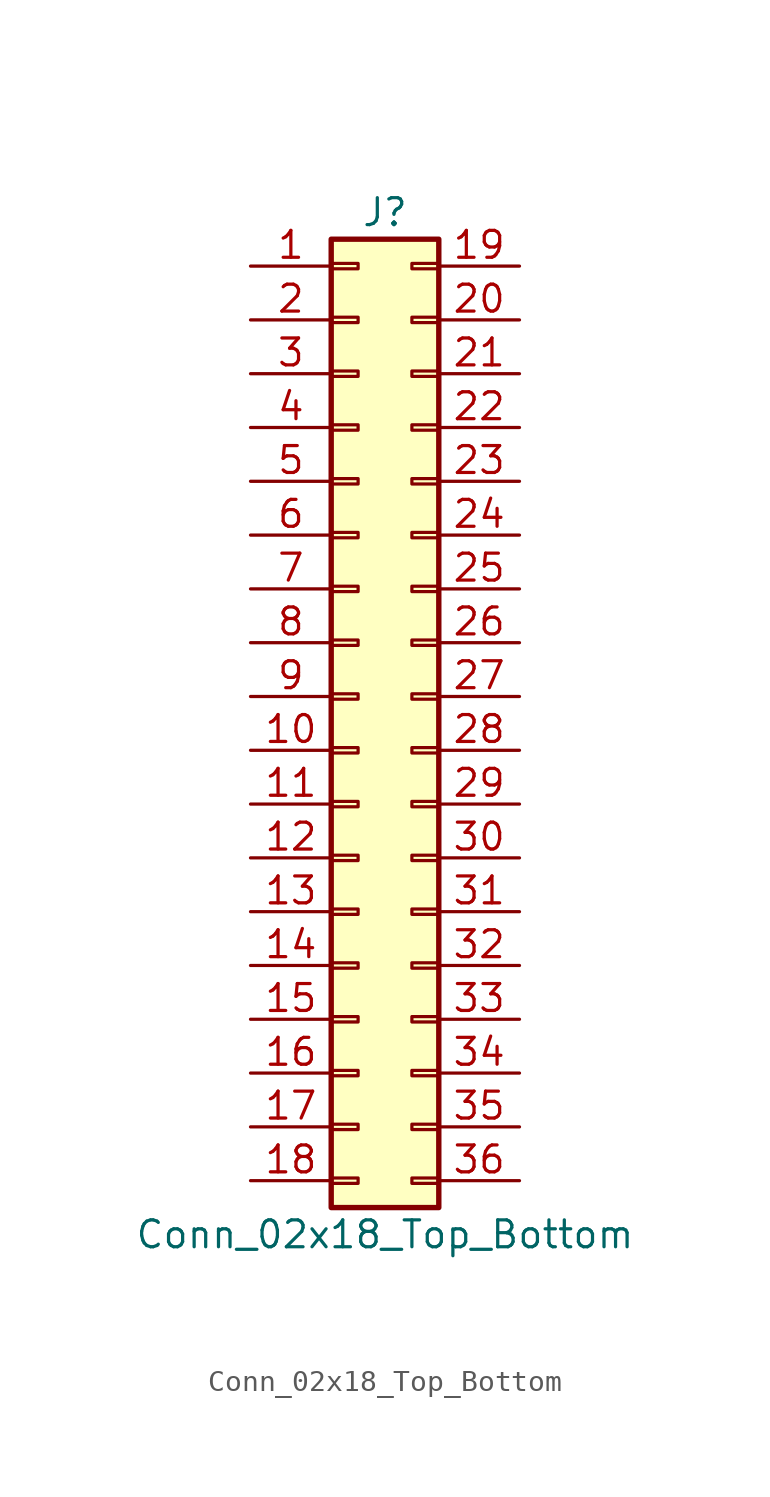
<source format=kicad_sym>
(kicad_symbol_lib
  (version 20220914)
  (generator kicad_symbol_editor)
  (symbol "Conn_02x18_Top_Bottom"
    (pin_names
      (offset 1.016) hide)
    (property "Reference" "J"
      (at 1.27 22.86 0)
      (effects (font (size 1.27 1.27))))
    (property "Value" "Conn_02x18_Top_Bottom"
      (at 1.27 -25.4 0)
      (effects (font (size 1.27 1.27))))
    (symbol "Conn_02x18_Top_Bottom_1_1"
      (rectangle (start -1.27 -22.733) (end 0 -22.987) (stroke (width 0.152) (type solid)) (fill (type none)))
      (rectangle (start -1.27 -20.193) (end 0 -20.447) (stroke (width 0.152) (type solid)) (fill (type none)))
      (rectangle (start -1.27 -17.653) (end 0 -17.907) (stroke (width 0.152) (type solid)) (fill (type none)))
      (rectangle (start -1.27 -15.113) (end 0 -15.367) (stroke (width 0.152) (type solid)) (fill (type none)))
      (rectangle (start -1.27 -12.573) (end 0 -12.827) (stroke (width 0.152) (type solid)) (fill (type none)))
      (rectangle (start -1.27 -10.033) (end 0 -10.287) (stroke (width 0.152) (type solid)) (fill (type none)))
      (rectangle (start -1.27 -7.493) (end 0 -7.747) (stroke (width 0.152) (type solid)) (fill (type none)))
      (rectangle (start -1.27 -4.953) (end 0 -5.207) (stroke (width 0.152) (type solid)) (fill (type none)))
      (rectangle (start -1.27 -2.413) (end 0 -2.667) (stroke (width 0.152) (type solid)) (fill (type none)))
      (rectangle (start -1.27 0.127) (end 0 -0.127) (stroke (width 0.152) (type solid)) (fill (type none)))
      (rectangle (start -1.27 2.667) (end 0 2.413) (stroke (width 0.152) (type solid)) (fill (type none)))
      (rectangle (start -1.27 5.207) (end 0 4.953) (stroke (width 0.152) (type solid)) (fill (type none)))
      (rectangle (start -1.27 7.747) (end 0 7.493) (stroke (width 0.152) (type solid)) (fill (type none)))
      (rectangle (start -1.27 10.287) (end 0 10.033) (stroke (width 0.152) (type solid)) (fill (type none)))
      (rectangle (start -1.27 12.827) (end 0 12.573) (stroke (width 0.152) (type solid)) (fill (type none)))
      (rectangle (start -1.27 15.367) (end 0 15.113) (stroke (width 0.152) (type solid)) (fill (type none)))
      (rectangle (start -1.27 17.907) (end 0 17.653) (stroke (width 0.152) (type solid)) (fill (type none)))
      (rectangle (start -1.27 20.447) (end 0 20.193) (stroke (width 0.152) (type solid)) (fill (type none)))
      (rectangle (start -1.27 21.59) (end 3.81 -24.13) (stroke (width 0.254) (type solid)) (fill (type background)))
      (rectangle (start 3.81 -22.733) (end 2.54 -22.987) (stroke (width 0.152) (type solid)) (fill (type none)))
      (rectangle (start 3.81 -20.193) (end 2.54 -20.447) (stroke (width 0.152) (type solid)) (fill (type none)))
      (rectangle (start 3.81 -17.653) (end 2.54 -17.907) (stroke (width 0.152) (type solid)) (fill (type none)))
      (rectangle (start 3.81 -15.113) (end 2.54 -15.367) (stroke (width 0.152) (type solid)) (fill (type none)))
      (rectangle (start 3.81 -12.573) (end 2.54 -12.827) (stroke (width 0.152) (type solid)) (fill (type none)))
      (rectangle (start 3.81 -10.033) (end 2.54 -10.287) (stroke (width 0.152) (type solid)) (fill (type none)))
      (rectangle (start 3.81 -7.493) (end 2.54 -7.747) (stroke (width 0.152) (type solid)) (fill (type none)))
      (rectangle (start 3.81 -4.953) (end 2.54 -5.207) (stroke (width 0.152) (type solid)) (fill (type none)))
      (rectangle (start 3.81 -2.413) (end 2.54 -2.667) (stroke (width 0.152) (type solid)) (fill (type none)))
      (rectangle (start 3.81 0.127) (end 2.54 -0.127) (stroke (width 0.152) (type solid)) (fill (type none)))
      (rectangle (start 3.81 2.667) (end 2.54 2.413) (stroke (width 0.152) (type solid)) (fill (type none)))
      (rectangle (start 3.81 5.207) (end 2.54 4.953) (stroke (width 0.152) (type solid)) (fill (type none)))
      (rectangle (start 3.81 7.747) (end 2.54 7.493) (stroke (width 0.152) (type solid)) (fill (type none)))
      (rectangle (start 3.81 10.287) (end 2.54 10.033) (stroke (width 0.152) (type solid)) (fill (type none)))
      (rectangle (start 3.81 12.827) (end 2.54 12.573) (stroke (width 0.152) (type solid)) (fill (type none)))
      (rectangle (start 3.81 15.367) (end 2.54 15.113) (stroke (width 0.152) (type solid)) (fill (type none)))
      (rectangle (start 3.81 17.907) (end 2.54 17.653) (stroke (width 0.152) (type solid)) (fill (type none)))
      (rectangle (start 3.81 20.447) (end 2.54 20.193) (stroke (width 0.152) (type solid)) (fill (type none)))
      (pin passive line (at -5.08 20.32 0) (length 3.81) (name "Pin_1" (effects (font (size 1.27 1.27)))) (number "1" (effects (font (size 1.27 1.27)))))
      (pin passive line (at -5.08 -2.54 0) (length 3.81) (name "Pin_10" (effects (font (size 1.27 1.27)))) (number "10" (effects (font (size 1.27 1.27)))))
      (pin passive line (at -5.08 -5.08 0) (length 3.81) (name "Pin_11" (effects (font (size 1.27 1.27)))) (number "11" (effects (font (size 1.27 1.27)))))
      (pin passive line (at -5.08 -7.62 0) (length 3.81) (name "Pin_12" (effects (font (size 1.27 1.27)))) (number "12" (effects (font (size 1.27 1.27)))))
      (pin passive line (at -5.08 -10.16 0) (length 3.81) (name "Pin_13" (effects (font (size 1.27 1.27)))) (number "13" (effects (font (size 1.27 1.27)))))
      (pin passive line (at -5.08 -12.7 0) (length 3.81) (name "Pin_14" (effects (font (size 1.27 1.27)))) (number "14" (effects (font (size 1.27 1.27)))))
      (pin passive line (at -5.08 -15.24 0) (length 3.81) (name "Pin_15" (effects (font (size 1.27 1.27)))) (number "15" (effects (font (size 1.27 1.27)))))
      (pin passive line (at -5.08 -17.78 0) (length 3.81) (name "Pin_16" (effects (font (size 1.27 1.27)))) (number "16" (effects (font (size 1.27 1.27)))))
      (pin passive line (at -5.08 -20.32 0) (length 3.81) (name "Pin_17" (effects (font (size 1.27 1.27)))) (number "17" (effects (font (size 1.27 1.27)))))
      (pin passive line (at -5.08 -22.86 0) (length 3.81) (name "Pin_18" (effects (font (size 1.27 1.27)))) (number "18" (effects (font (size 1.27 1.27)))))
      (pin passive line (at 7.62 20.32 180) (length 3.81) (name "Pin_19" (effects (font (size 1.27 1.27)))) (number "19" (effects (font (size 1.27 1.27)))))
      (pin passive line (at -5.08 17.78 0) (length 3.81) (name "Pin_2" (effects (font (size 1.27 1.27)))) (number "2" (effects (font (size 1.27 1.27)))))
      (pin passive line (at 7.62 17.78 180) (length 3.81) (name "Pin_20" (effects (font (size 1.27 1.27)))) (number "20" (effects (font (size 1.27 1.27)))))
      (pin passive line (at 7.62 15.24 180) (length 3.81) (name "Pin_21" (effects (font (size 1.27 1.27)))) (number "21" (effects (font (size 1.27 1.27)))))
      (pin passive line (at 7.62 12.7 180) (length 3.81) (name "Pin_22" (effects (font (size 1.27 1.27)))) (number "22" (effects (font (size 1.27 1.27)))))
      (pin passive line (at 7.62 10.16 180) (length 3.81) (name "Pin_23" (effects (font (size 1.27 1.27)))) (number "23" (effects (font (size 1.27 1.27)))))
      (pin passive line (at 7.62 7.62 180) (length 3.81) (name "Pin_24" (effects (font (size 1.27 1.27)))) (number "24" (effects (font (size 1.27 1.27)))))
      (pin passive line (at 7.62 5.08 180) (length 3.81) (name "Pin_25" (effects (font (size 1.27 1.27)))) (number "25" (effects (font (size 1.27 1.27)))))
      (pin passive line (at 7.62 2.54 180) (length 3.81) (name "Pin_26" (effects (font (size 1.27 1.27)))) (number "26" (effects (font (size 1.27 1.27)))))
      (pin passive line (at 7.62 0 180) (length 3.81) (name "Pin_27" (effects (font (size 1.27 1.27)))) (number "27" (effects (font (size 1.27 1.27)))))
      (pin passive line (at 7.62 -2.54 180) (length 3.81) (name "Pin_28" (effects (font (size 1.27 1.27)))) (number "28" (effects (font (size 1.27 1.27)))))
      (pin passive line (at 7.62 -5.08 180) (length 3.81) (name "Pin_29" (effects (font (size 1.27 1.27)))) (number "29" (effects (font (size 1.27 1.27)))))
      (pin passive line (at -5.08 15.24 0) (length 3.81) (name "Pin_3" (effects (font (size 1.27 1.27)))) (number "3" (effects (font (size 1.27 1.27)))))
      (pin passive line (at 7.62 -7.62 180) (length 3.81) (name "Pin_30" (effects (font (size 1.27 1.27)))) (number "30" (effects (font (size 1.27 1.27)))))
      (pin passive line (at 7.62 -10.16 180) (length 3.81) (name "Pin_31" (effects (font (size 1.27 1.27)))) (number "31" (effects (font (size 1.27 1.27)))))
      (pin passive line (at 7.62 -12.7 180) (length 3.81) (name "Pin_32" (effects (font (size 1.27 1.27)))) (number "32" (effects (font (size 1.27 1.27)))))
      (pin passive line (at 7.62 -15.24 180) (length 3.81) (name "Pin_33" (effects (font (size 1.27 1.27)))) (number "33" (effects (font (size 1.27 1.27)))))
      (pin passive line (at 7.62 -17.78 180) (length 3.81) (name "Pin_34" (effects (font (size 1.27 1.27)))) (number "34" (effects (font (size 1.27 1.27)))))
      (pin passive line (at 7.62 -20.32 180) (length 3.81) (name "Pin_35" (effects (font (size 1.27 1.27)))) (number "35" (effects (font (size 1.27 1.27)))))
      (pin passive line (at 7.62 -22.86 180) (length 3.81) (name "Pin_36" (effects (font (size 1.27 1.27)))) (number "36" (effects (font (size 1.27 1.27)))))
      (pin passive line (at -5.08 12.7 0) (length 3.81) (name "Pin_4" (effects (font (size 1.27 1.27)))) (number "4" (effects (font (size 1.27 1.27)))))
      (pin passive line (at -5.08 10.16 0) (length 3.81) (name "Pin_5" (effects (font (size 1.27 1.27)))) (number "5" (effects (font (size 1.27 1.27)))))
      (pin passive line (at -5.08 7.62 0) (length 3.81) (name "Pin_6" (effects (font (size 1.27 1.27)))) (number "6" (effects (font (size 1.27 1.27)))))
      (pin passive line (at -5.08 5.08 0) (length 3.81) (name "Pin_7" (effects (font (size 1.27 1.27)))) (number "7" (effects (font (size 1.27 1.27)))))
      (pin passive line (at -5.08 2.54 0) (length 3.81) (name "Pin_8" (effects (font (size 1.27 1.27)))) (number "8" (effects (font (size 1.27 1.27)))))
      (pin passive line (at -5.08 0 0) (length 3.81) (name "Pin_9" (effects (font (size 1.27 1.27)))) (number "9" (effects (font (size 1.27 1.27))))))))
</source>
